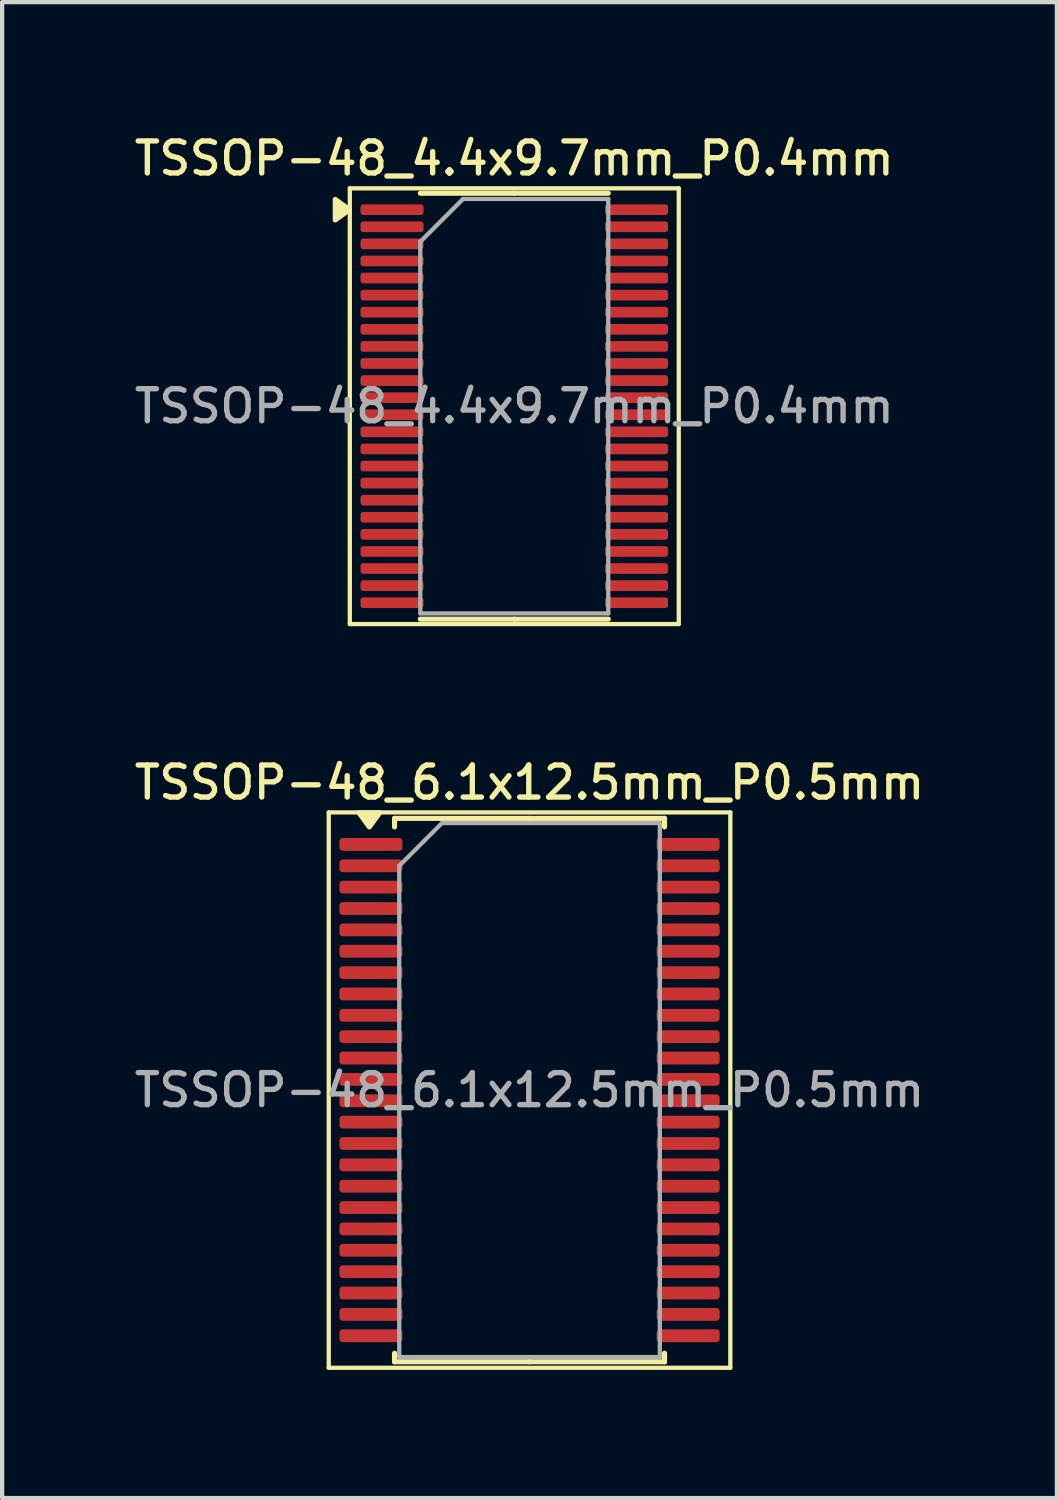
<source format=kicad_pcb>
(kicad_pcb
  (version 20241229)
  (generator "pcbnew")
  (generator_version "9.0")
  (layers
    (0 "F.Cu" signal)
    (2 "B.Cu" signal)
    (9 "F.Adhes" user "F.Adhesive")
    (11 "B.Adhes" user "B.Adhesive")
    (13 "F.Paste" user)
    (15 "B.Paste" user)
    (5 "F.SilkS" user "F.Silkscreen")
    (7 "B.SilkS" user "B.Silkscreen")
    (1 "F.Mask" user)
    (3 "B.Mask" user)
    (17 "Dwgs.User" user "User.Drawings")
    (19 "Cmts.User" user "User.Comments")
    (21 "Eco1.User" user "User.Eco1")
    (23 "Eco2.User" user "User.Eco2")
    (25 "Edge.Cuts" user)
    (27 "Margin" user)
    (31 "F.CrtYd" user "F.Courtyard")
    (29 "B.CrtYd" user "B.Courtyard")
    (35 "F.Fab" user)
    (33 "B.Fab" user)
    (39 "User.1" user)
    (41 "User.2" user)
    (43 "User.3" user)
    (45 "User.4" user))
  (footprint "TSSOP-48_6.1x12.5mm_P0.5mm"
    (layer "F.Cu")
    (at 9.345 22.466)
    (property "Reference" "TSSOP-48_6.1x12.5mm_P0.5mm" (at 0 -7.2 0) (layer "F.SilkS") (effects (font (size 0.75 0.75) (thickness 0.125))))
    (attr smd)
    (fp_line (start -4.7 -6.5) (end -4.7 6.5) (stroke (width 0.1) (type solid)) (layer "F.SilkS"))
    (fp_line (start -4.7 6.5) (end 4.7 6.5) (stroke (width 0.1) (type solid)) (layer "F.SilkS"))
    (fp_line (start -3.16 -6.36) (end -3.16 -6.16) (stroke (width 0.12) (type solid)) (layer "F.SilkS"))
    (fp_line (start -3.16 6.36) (end -3.16 6.16) (stroke (width 0.12) (type solid)) (layer "F.SilkS"))
    (fp_line (start 0 -6.36) (end -3.16 -6.36) (stroke (width 0.12) (type solid)) (layer "F.SilkS"))
    (fp_line (start 0 -6.36) (end 3.16 -6.36) (stroke (width 0.12) (type solid)) (layer "F.SilkS"))
    (fp_line (start 0 6.36) (end -3.16 6.36) (stroke (width 0.12) (type solid)) (layer "F.SilkS"))
    (fp_line (start 0 6.36) (end 3.16 6.36) (stroke (width 0.12) (type solid)) (layer "F.SilkS"))
    (fp_line (start 3.16 -6.36) (end 3.16 -6.16) (stroke (width 0.12) (type solid)) (layer "F.SilkS"))
    (fp_line (start 3.16 6.36) (end 3.16 6.16) (stroke (width 0.12) (type solid)) (layer "F.SilkS"))
    (fp_line (start 4.7 -6.5) (end -4.7 -6.5) (stroke (width 0.1) (type solid)) (layer "F.SilkS"))
    (fp_line (start 4.7 6.5) (end 4.7 -6.5) (stroke (width 0.1) (type solid)) (layer "F.SilkS"))
    (fp_poly (pts (xy -3.75 -6.16) (xy -3.99 -6.49) (xy -3.51 -6.49) (xy -3.75 -6.16)) (stroke (width 0.12) (type solid)) (fill yes) (layer "F.SilkS"))
    (fp_line (start -3.05 -5.25) (end -2.05 -6.25) (stroke (width 0.1) (type solid)) (layer "F.Fab"))
    (fp_line (start -3.05 6.25) (end -3.05 -5.25) (stroke (width 0.1) (type solid)) (layer "F.Fab"))
    (fp_line (start -2.05 -6.25) (end 3.05 -6.25) (stroke (width 0.1) (type solid)) (layer "F.Fab"))
    (fp_line (start 3.05 -6.25) (end 3.05 6.25) (stroke (width 0.1) (type solid)) (layer "F.Fab"))
    (fp_line (start 3.05 6.25) (end -3.05 6.25) (stroke (width 0.1) (type solid)) (layer "F.Fab"))
    (fp_text user "${REFERENCE}" (at 0 0 0) (layer "F.Fab") (effects (font (size 0.75 0.75) (thickness 0.125))))
    (pad "1" smd roundrect (at -3.712 -5.75) (size 1.475 0.3) (layers "F.Cu" "F.Mask" "F.Paste") (roundrect_rratio 0.25))
    (pad "2" smd roundrect (at -3.712 -5.25) (size 1.475 0.3) (layers "F.Cu" "F.Mask" "F.Paste") (roundrect_rratio 0.25))
    (pad "3" smd roundrect (at -3.712 -4.75) (size 1.475 0.3) (layers "F.Cu" "F.Mask" "F.Paste") (roundrect_rratio 0.25))
    (pad "4" smd roundrect (at -3.712 -4.25) (size 1.475 0.3) (layers "F.Cu" "F.Mask" "F.Paste") (roundrect_rratio 0.25))
    (pad "5" smd roundrect (at -3.712 -3.75) (size 1.475 0.3) (layers "F.Cu" "F.Mask" "F.Paste") (roundrect_rratio 0.25))
    (pad "6" smd roundrect (at -3.712 -3.25) (size 1.475 0.3) (layers "F.Cu" "F.Mask" "F.Paste") (roundrect_rratio 0.25))
    (pad "7" smd roundrect (at -3.712 -2.75) (size 1.475 0.3) (layers "F.Cu" "F.Mask" "F.Paste") (roundrect_rratio 0.25))
    (pad "8" smd roundrect (at -3.712 -2.25) (size 1.475 0.3) (layers "F.Cu" "F.Mask" "F.Paste") (roundrect_rratio 0.25))
    (pad "9" smd roundrect (at -3.712 -1.75) (size 1.475 0.3) (layers "F.Cu" "F.Mask" "F.Paste") (roundrect_rratio 0.25))
    (pad "10" smd roundrect (at -3.712 -1.25) (size 1.475 0.3) (layers "F.Cu" "F.Mask" "F.Paste") (roundrect_rratio 0.25))
    (pad "11" smd roundrect (at -3.712 -0.75) (size 1.475 0.3) (layers "F.Cu" "F.Mask" "F.Paste") (roundrect_rratio 0.25))
    (pad "12" smd roundrect (at -3.712 -0.25) (size 1.475 0.3) (layers "F.Cu" "F.Mask" "F.Paste") (roundrect_rratio 0.25))
    (pad "13" smd roundrect (at -3.712 0.25) (size 1.475 0.3) (layers "F.Cu" "F.Mask" "F.Paste") (roundrect_rratio 0.25))
    (pad "14" smd roundrect (at -3.712 0.75) (size 1.475 0.3) (layers "F.Cu" "F.Mask" "F.Paste") (roundrect_rratio 0.25))
    (pad "15" smd roundrect (at -3.712 1.25) (size 1.475 0.3) (layers "F.Cu" "F.Mask" "F.Paste") (roundrect_rratio 0.25))
    (pad "16" smd roundrect (at -3.712 1.75) (size 1.475 0.3) (layers "F.Cu" "F.Mask" "F.Paste") (roundrect_rratio 0.25))
    (pad "17" smd roundrect (at -3.712 2.25) (size 1.475 0.3) (layers "F.Cu" "F.Mask" "F.Paste") (roundrect_rratio 0.25))
    (pad "18" smd roundrect (at -3.712 2.75) (size 1.475 0.3) (layers "F.Cu" "F.Mask" "F.Paste") (roundrect_rratio 0.25))
    (pad "19" smd roundrect (at -3.712 3.25) (size 1.475 0.3) (layers "F.Cu" "F.Mask" "F.Paste") (roundrect_rratio 0.25))
    (pad "20" smd roundrect (at -3.712 3.75) (size 1.475 0.3) (layers "F.Cu" "F.Mask" "F.Paste") (roundrect_rratio 0.25))
    (pad "21" smd roundrect (at -3.712 4.25) (size 1.475 0.3) (layers "F.Cu" "F.Mask" "F.Paste") (roundrect_rratio 0.25))
    (pad "22" smd roundrect (at -3.712 4.75) (size 1.475 0.3) (layers "F.Cu" "F.Mask" "F.Paste") (roundrect_rratio 0.25))
    (pad "23" smd roundrect (at -3.712 5.25) (size 1.475 0.3) (layers "F.Cu" "F.Mask" "F.Paste") (roundrect_rratio 0.25))
    (pad "24" smd roundrect (at -3.712 5.75) (size 1.475 0.3) (layers "F.Cu" "F.Mask" "F.Paste") (roundrect_rratio 0.25))
    (pad "25" smd roundrect (at 3.712 5.75) (size 1.475 0.3) (layers "F.Cu" "F.Mask" "F.Paste") (roundrect_rratio 0.25))
    (pad "26" smd roundrect (at 3.712 5.25) (size 1.475 0.3) (layers "F.Cu" "F.Mask" "F.Paste") (roundrect_rratio 0.25))
    (pad "27" smd roundrect (at 3.712 4.75) (size 1.475 0.3) (layers "F.Cu" "F.Mask" "F.Paste") (roundrect_rratio 0.25))
    (pad "28" smd roundrect (at 3.712 4.25) (size 1.475 0.3) (layers "F.Cu" "F.Mask" "F.Paste") (roundrect_rratio 0.25))
    (pad "29" smd roundrect (at 3.712 3.75) (size 1.475 0.3) (layers "F.Cu" "F.Mask" "F.Paste") (roundrect_rratio 0.25))
    (pad "30" smd roundrect (at 3.712 3.25) (size 1.475 0.3) (layers "F.Cu" "F.Mask" "F.Paste") (roundrect_rratio 0.25))
    (pad "31" smd roundrect (at 3.712 2.75) (size 1.475 0.3) (layers "F.Cu" "F.Mask" "F.Paste") (roundrect_rratio 0.25))
    (pad "32" smd roundrect (at 3.712 2.25) (size 1.475 0.3) (layers "F.Cu" "F.Mask" "F.Paste") (roundrect_rratio 0.25))
    (pad "33" smd roundrect (at 3.712 1.75) (size 1.475 0.3) (layers "F.Cu" "F.Mask" "F.Paste") (roundrect_rratio 0.25))
    (pad "34" smd roundrect (at 3.712 1.25) (size 1.475 0.3) (layers "F.Cu" "F.Mask" "F.Paste") (roundrect_rratio 0.25))
    (pad "35" smd roundrect (at 3.712 0.75) (size 1.475 0.3) (layers "F.Cu" "F.Mask" "F.Paste") (roundrect_rratio 0.25))
    (pad "36" smd roundrect (at 3.712 0.25) (size 1.475 0.3) (layers "F.Cu" "F.Mask" "F.Paste") (roundrect_rratio 0.25))
    (pad "37" smd roundrect (at 3.712 -0.25) (size 1.475 0.3) (layers "F.Cu" "F.Mask" "F.Paste") (roundrect_rratio 0.25))
    (pad "38" smd roundrect (at 3.712 -0.75) (size 1.475 0.3) (layers "F.Cu" "F.Mask" "F.Paste") (roundrect_rratio 0.25))
    (pad "39" smd roundrect (at 3.712 -1.25) (size 1.475 0.3) (layers "F.Cu" "F.Mask" "F.Paste") (roundrect_rratio 0.25))
    (pad "40" smd roundrect (at 3.712 -1.75) (size 1.475 0.3) (layers "F.Cu" "F.Mask" "F.Paste") (roundrect_rratio 0.25))
    (pad "41" smd roundrect (at 3.712 -2.25) (size 1.475 0.3) (layers "F.Cu" "F.Mask" "F.Paste") (roundrect_rratio 0.25))
    (pad "42" smd roundrect (at 3.712 -2.75) (size 1.475 0.3) (layers "F.Cu" "F.Mask" "F.Paste") (roundrect_rratio 0.25))
    (pad "43" smd roundrect (at 3.712 -3.25) (size 1.475 0.3) (layers "F.Cu" "F.Mask" "F.Paste") (roundrect_rratio 0.25))
    (pad "44" smd roundrect (at 3.712 -3.75) (size 1.475 0.3) (layers "F.Cu" "F.Mask" "F.Paste") (roundrect_rratio 0.25))
    (pad "45" smd roundrect (at 3.712 -4.25) (size 1.475 0.3) (layers "F.Cu" "F.Mask" "F.Paste") (roundrect_rratio 0.25))
    (pad "46" smd roundrect (at 3.712 -4.75) (size 1.475 0.3) (layers "F.Cu" "F.Mask" "F.Paste") (roundrect_rratio 0.25))
    (pad "47" smd roundrect (at 3.712 -5.25) (size 1.475 0.3) (layers "F.Cu" "F.Mask" "F.Paste") (roundrect_rratio 0.25))
    (pad "48" smd roundrect (at 3.712 -5.75) (size 1.475 0.3) (layers "F.Cu" "F.Mask" "F.Paste") (roundrect_rratio 0.25)))
  (footprint "TSSOP-48_4.4x9.7mm_P0.4mm"
    (layer "F.Cu")
    (at 8.988 6.458)
    (property "Reference" "TSSOP-48_4.4x9.7mm_P0.4mm" (at 0 -5.8 0) (layer "F.SilkS") (effects (font (size 0.75 0.75) (thickness 0.125))))
    (attr smd)
    (fp_line (start -3.85 -5.1) (end -3.85 5.1) (stroke (width 0.1) (type solid)) (layer "F.SilkS"))
    (fp_line (start -3.85 5.1) (end 3.85 5.1) (stroke (width 0.1) (type solid)) (layer "F.SilkS"))
    (fp_line (start 0 -4.985) (end -2.2 -4.985) (stroke (width 0.12) (type solid)) (layer "F.SilkS"))
    (fp_line (start 0 -4.985) (end 2.2 -4.985) (stroke (width 0.12) (type solid)) (layer "F.SilkS"))
    (fp_line (start 0 4.985) (end -2.2 4.985) (stroke (width 0.12) (type solid)) (layer "F.SilkS"))
    (fp_line (start 0 4.985) (end 2.2 4.985) (stroke (width 0.12) (type solid)) (layer "F.SilkS"))
    (fp_line (start 3.85 -5.1) (end -3.85 -5.1) (stroke (width 0.1) (type solid)) (layer "F.SilkS"))
    (fp_line (start 3.85 5.1) (end 3.85 -5.1) (stroke (width 0.1) (type solid)) (layer "F.SilkS"))
    (fp_poly (pts (xy -3.86 -4.6) (xy -4.19 -4.84) (xy -4.19 -4.36) (xy -3.86 -4.6)) (stroke (width 0.12) (type solid)) (fill yes) (layer "F.SilkS"))
    (fp_line (start -2.2 -3.85) (end -1.2 -4.85) (stroke (width 0.1) (type solid)) (layer "F.Fab"))
    (fp_line (start -2.2 4.85) (end -2.2 -3.85) (stroke (width 0.1) (type solid)) (layer "F.Fab"))
    (fp_line (start -1.2 -4.85) (end 2.2 -4.85) (stroke (width 0.1) (type solid)) (layer "F.Fab"))
    (fp_line (start 2.2 -4.85) (end 2.2 4.85) (stroke (width 0.1) (type solid)) (layer "F.Fab"))
    (fp_line (start 2.2 4.85) (end -2.2 4.85) (stroke (width 0.1) (type solid)) (layer "F.Fab"))
    (fp_text user "${REFERENCE}" (at 0 0 0) (layer "F.Fab") (effects (font (size 0.75 0.75) (thickness 0.125))))
    (pad "1" smd roundrect (at -2.862 -4.6) (size 1.475 0.25) (layers "F.Cu" "F.Mask" "F.Paste") (roundrect_rratio 0.25))
    (pad "2" smd roundrect (at -2.862 -4.2) (size 1.475 0.25) (layers "F.Cu" "F.Mask" "F.Paste") (roundrect_rratio 0.25))
    (pad "3" smd roundrect (at -2.862 -3.8) (size 1.475 0.25) (layers "F.Cu" "F.Mask" "F.Paste") (roundrect_rratio 0.25))
    (pad "4" smd roundrect (at -2.862 -3.4) (size 1.475 0.25) (layers "F.Cu" "F.Mask" "F.Paste") (roundrect_rratio 0.25))
    (pad "5" smd roundrect (at -2.862 -3) (size 1.475 0.25) (layers "F.Cu" "F.Mask" "F.Paste") (roundrect_rratio 0.25))
    (pad "6" smd roundrect (at -2.862 -2.6) (size 1.475 0.25) (layers "F.Cu" "F.Mask" "F.Paste") (roundrect_rratio 0.25))
    (pad "7" smd roundrect (at -2.862 -2.2) (size 1.475 0.25) (layers "F.Cu" "F.Mask" "F.Paste") (roundrect_rratio 0.25))
    (pad "8" smd roundrect (at -2.862 -1.8) (size 1.475 0.25) (layers "F.Cu" "F.Mask" "F.Paste") (roundrect_rratio 0.25))
    (pad "9" smd roundrect (at -2.862 -1.4) (size 1.475 0.25) (layers "F.Cu" "F.Mask" "F.Paste") (roundrect_rratio 0.25))
    (pad "10" smd roundrect (at -2.862 -1) (size 1.475 0.25) (layers "F.Cu" "F.Mask" "F.Paste") (roundrect_rratio 0.25))
    (pad "11" smd roundrect (at -2.862 -0.6) (size 1.475 0.25) (layers "F.Cu" "F.Mask" "F.Paste") (roundrect_rratio 0.25))
    (pad "12" smd roundrect (at -2.862 -0.2) (size 1.475 0.25) (layers "F.Cu" "F.Mask" "F.Paste") (roundrect_rratio 0.25))
    (pad "13" smd roundrect (at -2.862 0.2) (size 1.475 0.25) (layers "F.Cu" "F.Mask" "F.Paste") (roundrect_rratio 0.25))
    (pad "14" smd roundrect (at -2.862 0.6) (size 1.475 0.25) (layers "F.Cu" "F.Mask" "F.Paste") (roundrect_rratio 0.25))
    (pad "15" smd roundrect (at -2.862 1) (size 1.475 0.25) (layers "F.Cu" "F.Mask" "F.Paste") (roundrect_rratio 0.25))
    (pad "16" smd roundrect (at -2.862 1.4) (size 1.475 0.25) (layers "F.Cu" "F.Mask" "F.Paste") (roundrect_rratio 0.25))
    (pad "17" smd roundrect (at -2.862 1.8) (size 1.475 0.25) (layers "F.Cu" "F.Mask" "F.Paste") (roundrect_rratio 0.25))
    (pad "18" smd roundrect (at -2.862 2.2) (size 1.475 0.25) (layers "F.Cu" "F.Mask" "F.Paste") (roundrect_rratio 0.25))
    (pad "19" smd roundrect (at -2.862 2.6) (size 1.475 0.25) (layers "F.Cu" "F.Mask" "F.Paste") (roundrect_rratio 0.25))
    (pad "20" smd roundrect (at -2.862 3) (size 1.475 0.25) (layers "F.Cu" "F.Mask" "F.Paste") (roundrect_rratio 0.25))
    (pad "21" smd roundrect (at -2.862 3.4) (size 1.475 0.25) (layers "F.Cu" "F.Mask" "F.Paste") (roundrect_rratio 0.25))
    (pad "22" smd roundrect (at -2.862 3.8) (size 1.475 0.25) (layers "F.Cu" "F.Mask" "F.Paste") (roundrect_rratio 0.25))
    (pad "23" smd roundrect (at -2.862 4.2) (size 1.475 0.25) (layers "F.Cu" "F.Mask" "F.Paste") (roundrect_rratio 0.25))
    (pad "24" smd roundrect (at -2.862 4.6) (size 1.475 0.25) (layers "F.Cu" "F.Mask" "F.Paste") (roundrect_rratio 0.25))
    (pad "25" smd roundrect (at 2.862 4.6) (size 1.475 0.25) (layers "F.Cu" "F.Mask" "F.Paste") (roundrect_rratio 0.25))
    (pad "26" smd roundrect (at 2.862 4.2) (size 1.475 0.25) (layers "F.Cu" "F.Mask" "F.Paste") (roundrect_rratio 0.25))
    (pad "27" smd roundrect (at 2.862 3.8) (size 1.475 0.25) (layers "F.Cu" "F.Mask" "F.Paste") (roundrect_rratio 0.25))
    (pad "28" smd roundrect (at 2.862 3.4) (size 1.475 0.25) (layers "F.Cu" "F.Mask" "F.Paste") (roundrect_rratio 0.25))
    (pad "29" smd roundrect (at 2.862 3) (size 1.475 0.25) (layers "F.Cu" "F.Mask" "F.Paste") (roundrect_rratio 0.25))
    (pad "30" smd roundrect (at 2.862 2.6) (size 1.475 0.25) (layers "F.Cu" "F.Mask" "F.Paste") (roundrect_rratio 0.25))
    (pad "31" smd roundrect (at 2.862 2.2) (size 1.475 0.25) (layers "F.Cu" "F.Mask" "F.Paste") (roundrect_rratio 0.25))
    (pad "32" smd roundrect (at 2.862 1.8) (size 1.475 0.25) (layers "F.Cu" "F.Mask" "F.Paste") (roundrect_rratio 0.25))
    (pad "33" smd roundrect (at 2.862 1.4) (size 1.475 0.25) (layers "F.Cu" "F.Mask" "F.Paste") (roundrect_rratio 0.25))
    (pad "34" smd roundrect (at 2.862 1) (size 1.475 0.25) (layers "F.Cu" "F.Mask" "F.Paste") (roundrect_rratio 0.25))
    (pad "35" smd roundrect (at 2.862 0.6) (size 1.475 0.25) (layers "F.Cu" "F.Mask" "F.Paste") (roundrect_rratio 0.25))
    (pad "36" smd roundrect (at 2.862 0.2) (size 1.475 0.25) (layers "F.Cu" "F.Mask" "F.Paste") (roundrect_rratio 0.25))
    (pad "37" smd roundrect (at 2.862 -0.2) (size 1.475 0.25) (layers "F.Cu" "F.Mask" "F.Paste") (roundrect_rratio 0.25))
    (pad "38" smd roundrect (at 2.862 -0.6) (size 1.475 0.25) (layers "F.Cu" "F.Mask" "F.Paste") (roundrect_rratio 0.25))
    (pad "39" smd roundrect (at 2.862 -1) (size 1.475 0.25) (layers "F.Cu" "F.Mask" "F.Paste") (roundrect_rratio 0.25))
    (pad "40" smd roundrect (at 2.862 -1.4) (size 1.475 0.25) (layers "F.Cu" "F.Mask" "F.Paste") (roundrect_rratio 0.25))
    (pad "41" smd roundrect (at 2.862 -1.8) (size 1.475 0.25) (layers "F.Cu" "F.Mask" "F.Paste") (roundrect_rratio 0.25))
    (pad "42" smd roundrect (at 2.862 -2.2) (size 1.475 0.25) (layers "F.Cu" "F.Mask" "F.Paste") (roundrect_rratio 0.25))
    (pad "43" smd roundrect (at 2.862 -2.6) (size 1.475 0.25) (layers "F.Cu" "F.Mask" "F.Paste") (roundrect_rratio 0.25))
    (pad "44" smd roundrect (at 2.862 -3) (size 1.475 0.25) (layers "F.Cu" "F.Mask" "F.Paste") (roundrect_rratio 0.25))
    (pad "45" smd roundrect (at 2.862 -3.4) (size 1.475 0.25) (layers "F.Cu" "F.Mask" "F.Paste") (roundrect_rratio 0.25))
    (pad "46" smd roundrect (at 2.862 -3.8) (size 1.475 0.25) (layers "F.Cu" "F.Mask" "F.Paste") (roundrect_rratio 0.25))
    (pad "47" smd roundrect (at 2.862 -4.2) (size 1.475 0.25) (layers "F.Cu" "F.Mask" "F.Paste") (roundrect_rratio 0.25))
    (pad "48" smd roundrect (at 2.862 -4.6) (size 1.475 0.25) (layers "F.Cu" "F.Mask" "F.Paste") (roundrect_rratio 0.25)))
  (gr_rect
    (start -3 -3)
    (end 21.689 32.016)
    (stroke (width 0.1) (type default))
    (fill no)
    (layer "Edge.Cuts")))
</source>
